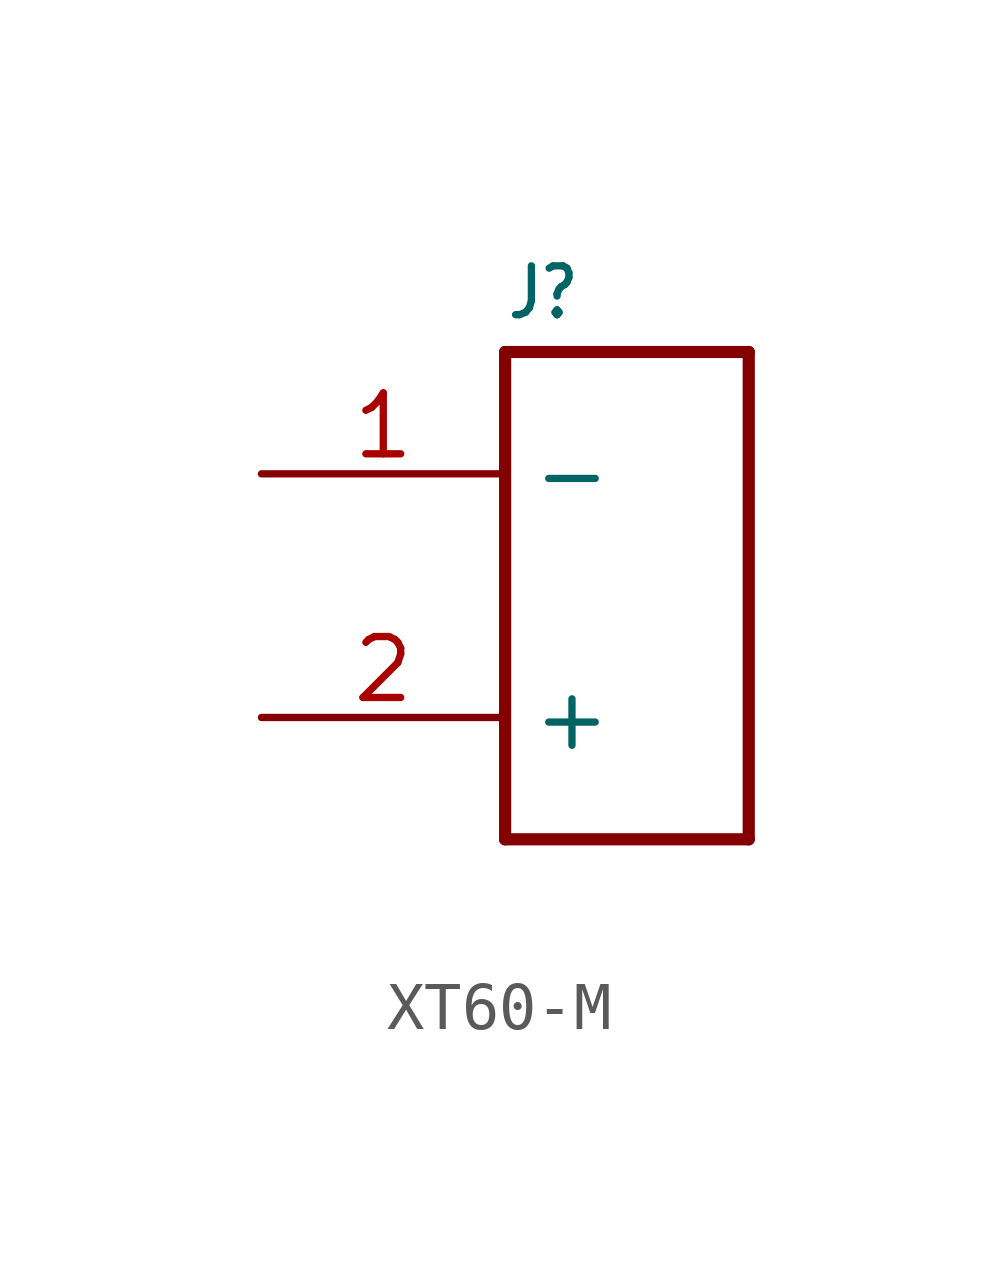
<source format=kicad_sym>
(kicad_symbol_lib
  (version 20231120)
  (generator "kicad_symbol_editor")
  (generator_version "8.0")
  (symbol "XT60-M"
    (property "Reference" "J"
      (at -2.545 5.726 0)
      (effects (font (size 1.018 0.865)) (justify left bottom)))
    (property "Value" ""
      (at -2.799 -6.361 0)
      (effects (font (size 1.018 0.865)) (justify left bottom)))
    (property "ki_locked" ""
      (at 0 0 0)
      (effects (font (size 1.27 1.27))))
    (symbol "XT60-M_1_0"
      (polyline (pts (xy -2.54 -5.08) (xy -2.54 5.08)) (stroke (width 0.254) (type solid)) (fill (type none)))
      (polyline (pts (xy -2.54 5.08) (xy 2.54 5.08)) (stroke (width 0.254) (type solid)) (fill (type none)))
      (polyline (pts (xy 2.54 -5.08) (xy -2.54 -5.08)) (stroke (width 0.254) (type solid)) (fill (type none)))
      (polyline (pts (xy 2.54 5.08) (xy 2.54 -5.08)) (stroke (width 0.254) (type solid)) (fill (type none)))
      (pin passive line (at -7.62 2.54 0) (length 5.08) (name "-" (effects (font (size 1.27 1.27)))) (number "1" (effects (font (size 1.27 1.27)))))
      (pin passive line (at -7.62 -2.54 0) (length 5.08) (name "+" (effects (font (size 1.27 1.27)))) (number "2" (effects (font (size 1.27 1.27))))))))
</source>
